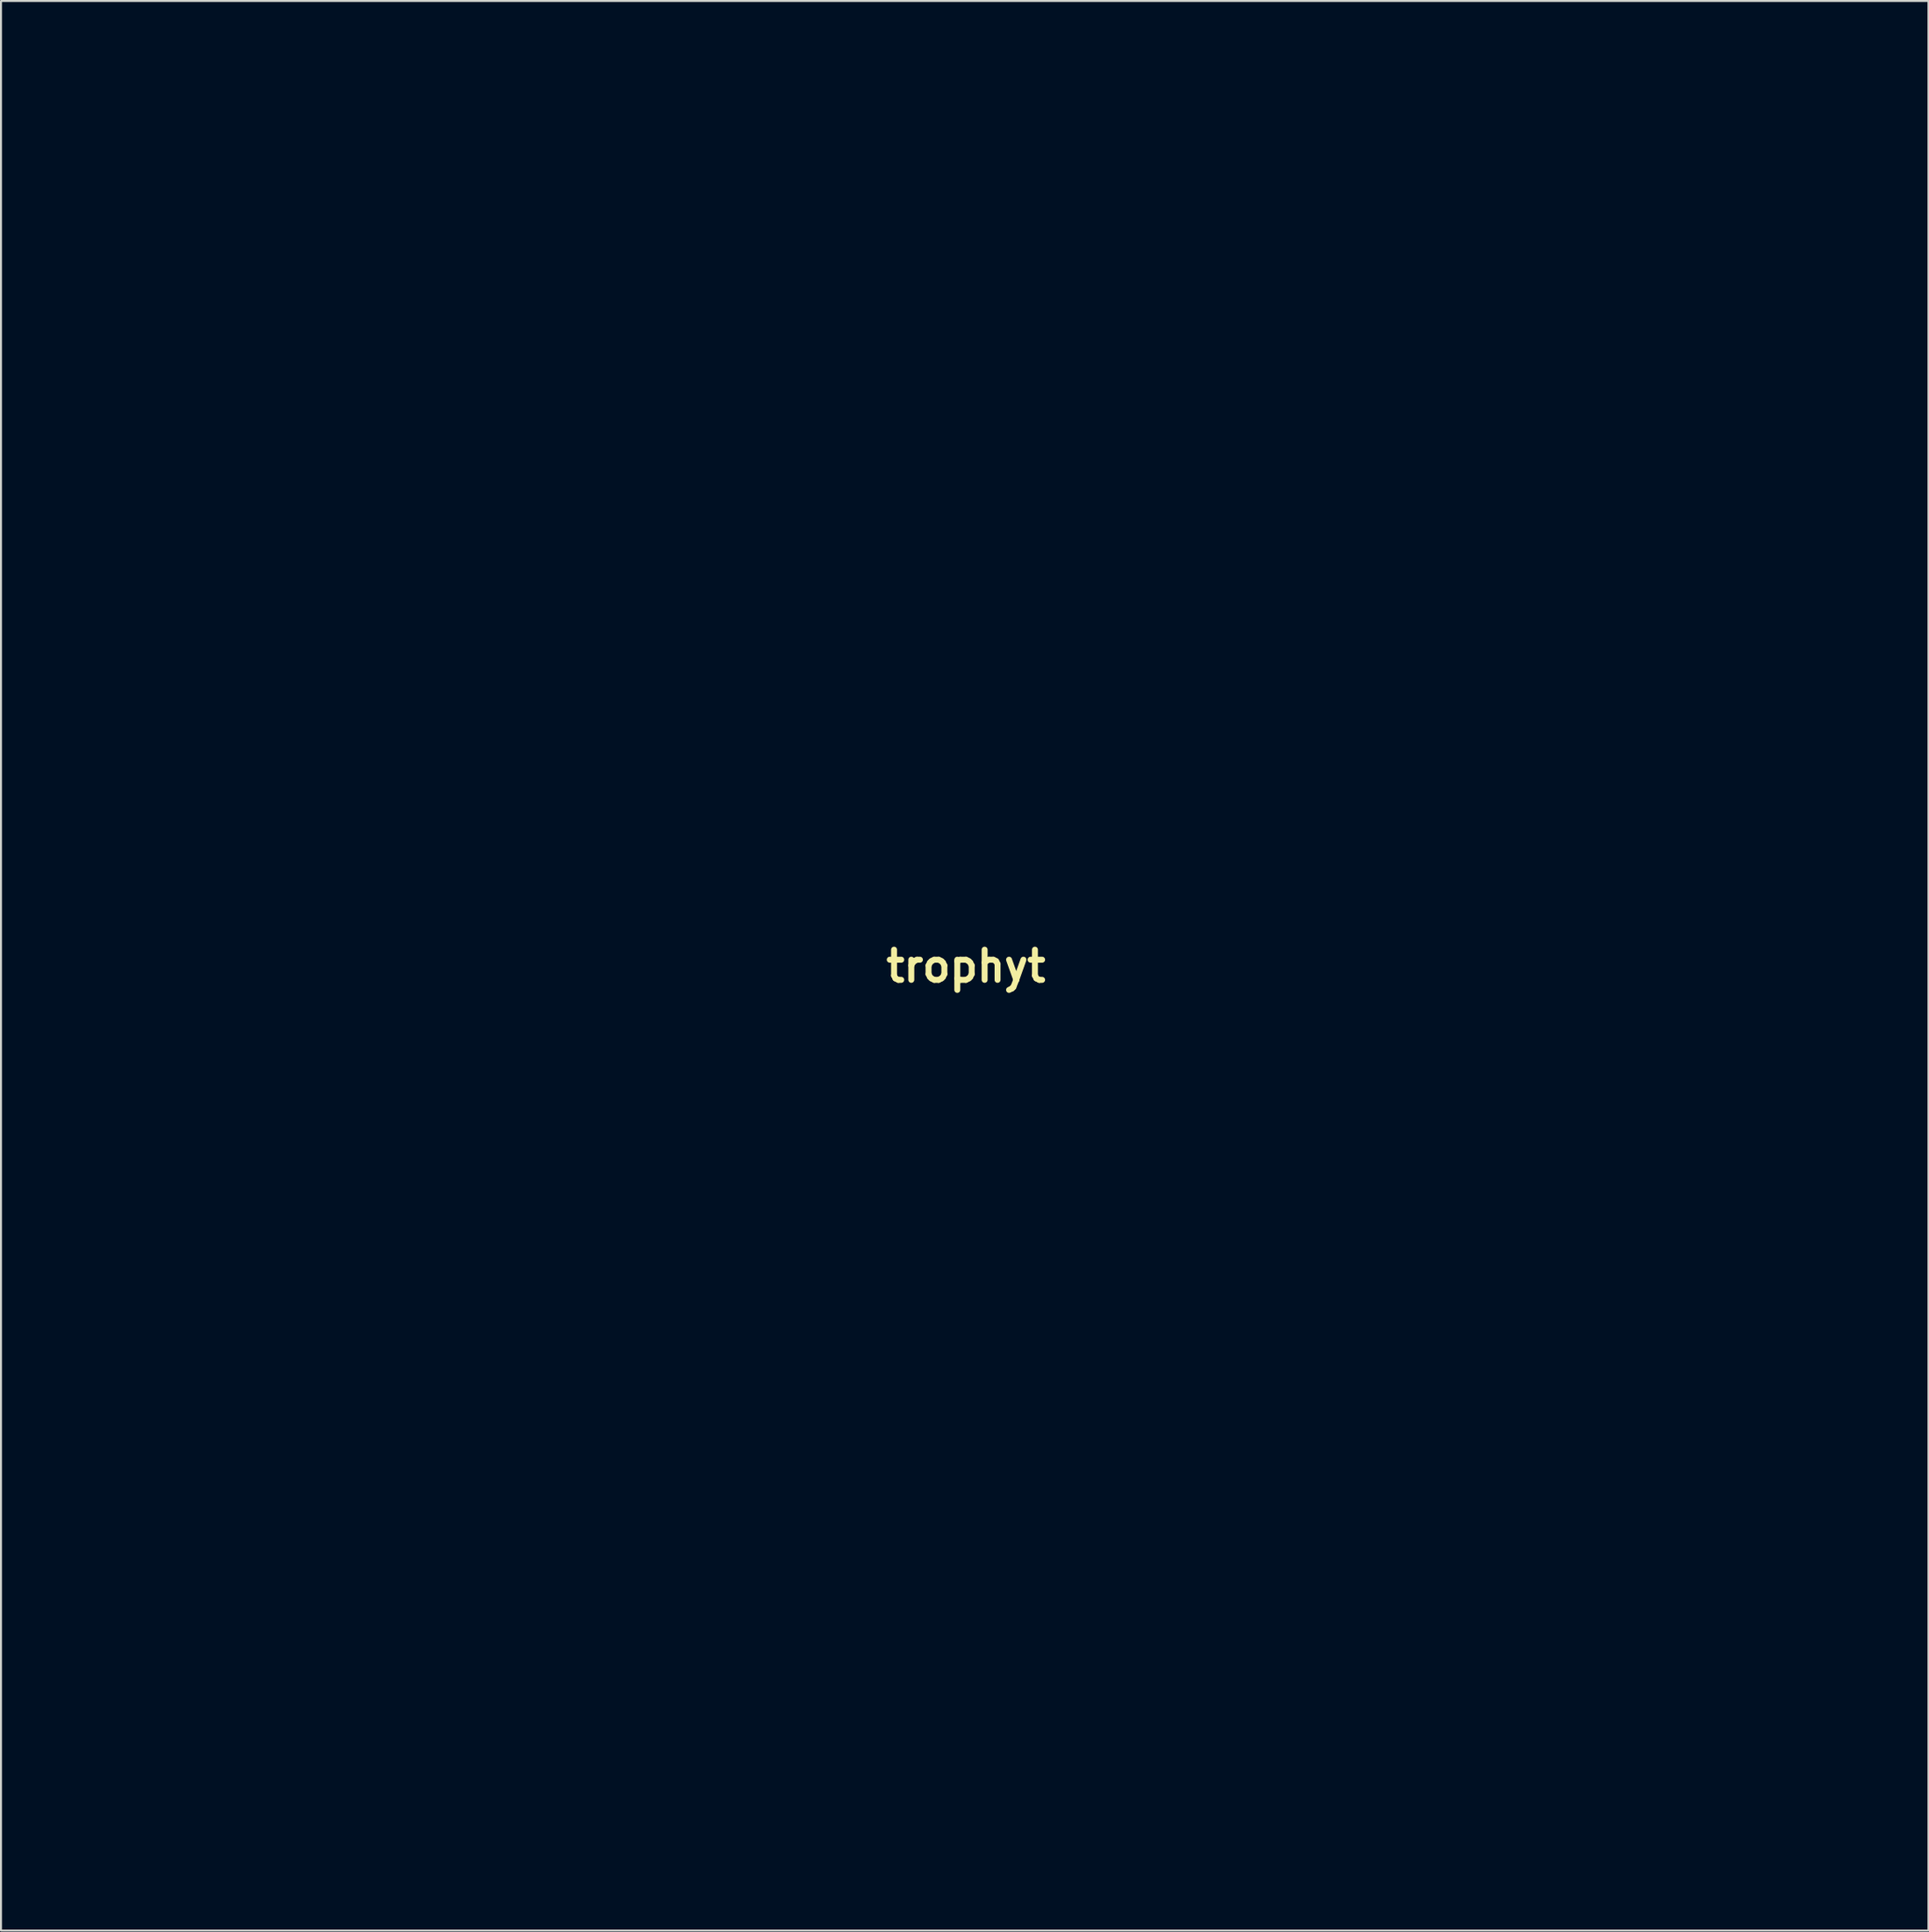
<source format=kicad_pcb>
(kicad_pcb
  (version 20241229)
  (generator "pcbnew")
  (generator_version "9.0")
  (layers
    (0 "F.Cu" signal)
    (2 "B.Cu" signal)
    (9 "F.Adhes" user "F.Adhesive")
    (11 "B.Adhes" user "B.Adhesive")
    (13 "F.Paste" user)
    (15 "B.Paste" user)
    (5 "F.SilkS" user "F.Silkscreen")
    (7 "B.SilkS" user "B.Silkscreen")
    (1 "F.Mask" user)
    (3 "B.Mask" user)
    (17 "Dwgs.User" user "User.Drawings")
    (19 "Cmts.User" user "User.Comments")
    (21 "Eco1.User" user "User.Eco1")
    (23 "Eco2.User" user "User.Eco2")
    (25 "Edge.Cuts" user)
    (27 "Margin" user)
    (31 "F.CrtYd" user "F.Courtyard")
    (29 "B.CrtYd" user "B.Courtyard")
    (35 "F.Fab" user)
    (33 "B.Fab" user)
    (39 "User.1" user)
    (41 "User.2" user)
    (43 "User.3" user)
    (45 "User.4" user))
  (footprint "trophyt"
    (layer "F.Cu")
    (at 45.714 45.714)
    (property "Reference" "trophyt" (at 0 0 0) (layer "F.SilkS") (effects (font (size 1.524 1.524) (thickness 0.3))))
    (attr through_hole)
    (fp_poly (pts (xy -10.106 31.532) (xy -9.986 31.665) (xy -9.919 31.752) (xy -9.877 31.834) (xy -9.862 31.936) (xy -9.881 32.083) (xy -9.937 32.298) (xy -10.035 32.606) (xy -10.18 33.032) (xy -10.322 33.443) (xy -10.479 33.911) (xy -10.624 34.359) (xy -10.742 34.746) (xy -10.821 35.032) (xy -10.838 35.104) (xy -10.967 35.481) (xy -11.159 35.752) (xy -11.392 35.901) (xy -11.642 35.913) (xy -11.847 35.806) (xy -11.964 35.697) (xy -12.011 35.589) (xy -11.997 35.424) (xy -11.944 35.196) (xy -11.821 34.744) (xy -11.662 34.224) (xy -11.48 33.68) (xy -11.291 33.154) (xy -11.11 32.689) (xy -10.951 32.326) (xy -10.897 32.218) (xy -10.711 31.919) (xy -10.517 31.686) (xy -10.39 31.583) (xy -10.217 31.504) (xy -10.106 31.532)) (stroke (width 0.01) (type solid)) (fill yes) (layer "F.Mask"))
    (fp_poly (pts (xy -5.742 33.113) (xy -5.545 33.19) (xy -5.423 33.378) (xy -5.444 33.595) (xy -5.593 33.812) (xy -5.852 34.004) (xy -6.118 34.117) (xy -6.421 34.275) (xy -6.577 34.514) (xy -6.604 34.706) (xy -6.579 34.818) (xy -6.482 34.892) (xy -6.276 34.949) (xy -6.054 34.986) (xy -5.915 35.071) (xy -5.885 35.233) (xy -5.96 35.426) (xy -6.108 35.582) (xy -6.4 35.729) (xy -6.768 35.821) (xy -7.121 35.838) (xy -7.173 35.832) (xy -7.346 35.75) (xy -7.541 35.585) (xy -7.584 35.537) (xy -7.713 35.36) (xy -7.773 35.186) (xy -7.782 34.947) (xy -7.772 34.789) (xy -7.652 34.249) (xy -7.376 33.774) (xy -6.98 33.391) (xy -6.715 33.248) (xy -6.383 33.148) (xy -6.04 33.101) (xy -5.742 33.113)) (stroke (width 0.01) (type solid)) (fill yes) (layer "F.Mask"))
    (fp_poly (pts (xy 4.144 31.53) (xy 4.299 31.709) (xy 4.324 31.763) (xy 4.374 31.915) (xy 4.381 32.065) (xy 4.339 32.263) (xy 4.24 32.554) (xy 4.197 32.674) (xy 4.082 33.001) (xy 3.937 33.438) (xy 3.779 33.931) (xy 3.627 34.425) (xy 3.605 34.498) (xy 3.46 34.97) (xy 3.348 35.306) (xy 3.254 35.535) (xy 3.167 35.683) (xy 3.074 35.78) (xy 3.001 35.831) (xy 2.772 35.951) (xy 2.618 35.964) (xy 2.479 35.864) (xy 2.418 35.797) (xy 2.333 35.678) (xy 2.3 35.548) (xy 2.315 35.354) (xy 2.363 35.099) (xy 2.488 34.574) (xy 2.656 34.009) (xy 2.854 33.436) (xy 3.068 32.888) (xy 3.285 32.397) (xy 3.493 31.996) (xy 3.679 31.717) (xy 3.728 31.663) (xy 3.95 31.514) (xy 4.144 31.53)) (stroke (width 0.01) (type solid)) (fill yes) (layer "F.Mask"))
    (fp_poly (pts (xy 10.944 33.021) (xy 10.974 33.062) (xy 11.085 33.328) (xy 11.04 33.579) (xy 10.851 33.788) (xy 10.596 33.907) (xy 10.435 34.03) (xy 10.268 34.277) (xy 10.113 34.608) (xy 9.994 34.98) (xy 9.949 35.2) (xy 9.827 35.555) (xy 9.676 35.729) (xy 9.421 35.86) (xy 9.154 35.893) (xy 8.937 35.823) (xy 8.907 35.797) (xy 8.833 35.677) (xy 8.814 35.501) (xy 8.854 35.24) (xy 8.955 34.87) (xy 9.059 34.544) (xy 9.17 34.2) (xy 9.256 33.909) (xy 9.306 33.715) (xy 9.313 33.665) (xy 9.362 33.525) (xy 9.482 33.337) (xy 9.495 33.32) (xy 9.664 33.157) (xy 9.853 33.118) (xy 9.933 33.127) (xy 10.18 33.119) (xy 10.465 33.054) (xy 10.523 33.033) (xy 10.739 32.956) (xy 10.859 32.951) (xy 10.944 33.021)) (stroke (width 0.01) (type solid)) (fill yes) (layer "F.Mask"))
    (fp_poly (pts (xy 1.617 33.131) (xy 1.947 33.243) (xy 2.194 33.449) (xy 2.246 33.533) (xy 2.355 33.911) (xy 2.348 34.353) (xy 2.236 34.811) (xy 2.029 35.236) (xy 1.823 35.498) (xy 1.451 35.764) (xy 1.001 35.887) (xy 0.49 35.862) (xy 0.381 35.838) (xy 0.115 35.7) (xy -0.106 35.457) (xy -0.214 35.212) (xy -0.22 35.088) (xy 0.677 35.088) (xy 0.734 35.2) (xy 0.87 35.213) (xy 1.033 35.137) (xy 1.148 35.015) (xy 1.239 34.794) (xy 1.255 34.612) (xy 1.231 34.499) (xy 1.182 34.482) (xy 1.072 34.569) (xy 0.952 34.686) (xy 0.785 34.877) (xy 0.688 35.042) (xy 0.677 35.088) (xy -0.22 35.088) (xy -0.229 34.923) (xy -0.175 34.578) (xy -0.068 34.215) (xy 0.076 33.874) (xy 0.241 33.592) (xy 0.412 33.408) (xy 0.541 33.359) (xy 0.695 33.322) (xy 0.9 33.232) (xy 1.251 33.123) (xy 1.617 33.131)) (stroke (width 0.01) (type solid)) (fill yes) (layer "F.Mask"))
    (fp_poly (pts (xy -8.525 33.16) (xy -8.238 33.295) (xy -7.995 33.472) (xy -7.907 33.573) (xy -7.85 33.691) (xy -7.824 33.847) (xy -7.829 34.081) (xy -7.862 34.431) (xy -7.876 34.555) (xy -7.936 35.023) (xy -7.995 35.348) (xy -8.064 35.555) (xy -8.154 35.671) (xy -8.279 35.72) (xy -8.418 35.729) (xy -8.628 35.709) (xy -8.753 35.658) (xy -8.759 35.65) (xy -8.862 35.628) (xy -9.04 35.692) (xy -9.333 35.781) (xy -9.694 35.804) (xy -10.035 35.761) (xy -10.133 35.729) (xy -10.354 35.557) (xy -10.475 35.284) (xy -10.5 34.941) (xy -10.499 34.936) (xy -9.639 34.936) (xy -9.573 35.032) (xy -9.455 35.052) (xy -9.284 35.006) (xy -9.173 34.84) (xy -9.152 34.784) (xy -9.094 34.56) (xy -9.13 34.474) (xy -9.267 34.524) (xy -9.378 34.601) (xy -9.572 34.785) (xy -9.639 34.936) (xy -10.499 34.936) (xy -10.431 34.562) (xy -10.27 34.179) (xy -10.021 33.826) (xy -9.969 33.77) (xy -9.671 33.513) (xy -9.332 33.297) (xy -9.005 33.152) (xy -8.776 33.107) (xy -8.525 33.16)) (stroke (width 0.01) (type solid)) (fill yes) (layer "F.Mask"))
    (fp_poly (pts (xy 12.945 33.054) (xy 13.153 33.198) (xy 13.161 33.208) (xy 13.259 33.37) (xy 13.293 33.462) (xy 13.223 33.601) (xy 13.055 33.745) (xy 12.855 33.846) (xy 12.742 33.867) (xy 12.568 33.904) (xy 12.547 33.996) (xy 12.686 34.113) (xy 12.689 34.115) (xy 12.874 34.292) (xy 13.018 34.57) (xy 13.093 34.879) (xy 13.088 35.088) (xy 12.966 35.368) (xy 12.731 35.646) (xy 12.431 35.866) (xy 12.404 35.88) (xy 12.059 35.989) (xy 11.647 36.024) (xy 11.255 35.98) (xy 11.142 35.946) (xy 10.917 35.844) (xy 10.763 35.739) (xy 10.741 35.714) (xy 10.671 35.503) (xy 10.718 35.326) (xy 10.831 35.247) (xy 10.99 35.157) (xy 11.04 35.086) (xy 11.159 35.002) (xy 11.435 34.968) (xy 11.507 34.967) (xy 11.811 34.95) (xy 11.952 34.897) (xy 11.928 34.812) (xy 11.739 34.694) (xy 11.721 34.685) (xy 11.445 34.482) (xy 11.307 34.221) (xy 11.299 33.932) (xy 11.413 33.643) (xy 11.64 33.383) (xy 11.972 33.179) (xy 12.173 33.108) (xy 12.62 33.024) (xy 12.945 33.054)) (stroke (width 0.01) (type solid)) (fill yes) (layer "F.Mask"))
    (fp_poly (pts (xy -12.321 31.636) (xy -12.014 31.811) (xy -11.901 31.929) (xy -11.78 32.098) (xy -11.714 32.28) (xy -11.687 32.534) (xy -11.684 32.757) (xy -11.738 33.361) (xy -11.893 33.878) (xy -12.136 34.293) (xy -12.454 34.59) (xy -12.836 34.753) (xy -13.258 34.768) (xy -13.617 34.718) (xy -13.677 35.076) (xy -13.774 35.465) (xy -13.915 35.759) (xy -14.081 35.922) (xy -14.101 35.931) (xy -14.38 35.984) (xy -14.669 35.958) (xy -14.893 35.862) (xy -14.931 35.828) (xy -15.015 35.713) (xy -15.055 35.578) (xy -15.047 35.394) (xy -14.987 35.13) (xy -14.873 34.756) (xy -14.781 34.478) (xy -14.588 33.947) (xy -13.338 33.947) (xy -13.332 34.004) (xy -13.238 33.967) (xy -13.204 33.949) (xy -13.05 33.807) (xy -12.915 33.589) (xy -12.904 33.566) (xy -12.823 33.301) (xy -12.788 33.054) (xy -12.788 33.044) (xy -12.796 32.91) (xy -12.826 32.896) (xy -12.9 33.014) (xy -12.971 33.147) (xy -13.114 33.432) (xy -13.243 33.711) (xy -13.266 33.765) (xy -13.338 33.947) (xy -14.588 33.947) (xy -14.495 33.692) (xy -14.217 33.058) (xy -13.935 32.559) (xy -13.64 32.179) (xy -13.32 31.9) (xy -13.086 31.762) (xy -12.676 31.62) (xy -12.321 31.636)) (stroke (width 0.01) (type solid)) (fill yes) (layer "F.Mask"))
    (fp_poly (pts (xy -3.635 33.134) (xy -3.4 33.272) (xy -3.254 33.511) (xy -3.217 33.761) (xy -3.287 34.176) (xy -3.476 34.536) (xy -3.76 34.792) (xy -3.81 34.819) (xy -3.979 34.914) (xy -4 34.959) (xy -3.931 34.967) (xy -3.764 35.021) (xy -3.591 35.149) (xy -3.459 35.305) (xy -3.416 35.442) (xy -3.425 35.47) (xy -3.598 35.617) (xy -3.887 35.738) (xy -4.241 35.823) (xy -4.607 35.859) (xy -4.935 35.837) (xy -5.026 35.814) (xy -5.368 35.637) (xy -5.575 35.369) (xy -5.627 35.115) (xy -4.554 35.115) (xy -4.492 35.124) (xy -4.335 35.076) (xy -4.276 35.052) (xy -4.18 34.994) (xy -4.233 34.975) (xy -4.414 35.015) (xy -4.487 35.052) (xy -4.554 35.115) (xy -5.627 35.115) (xy -5.646 35.021) (xy -5.58 34.607) (xy -5.5 34.424) (xy -4.557 34.424) (xy -4.531 34.457) (xy -4.493 34.447) (xy -4.361 34.351) (xy -4.242 34.208) (xy -4.164 34.071) (xy -4.19 34.038) (xy -4.228 34.048) (xy -4.36 34.144) (xy -4.478 34.287) (xy -4.557 34.424) (xy -5.5 34.424) (xy -5.375 34.138) (xy -5.227 33.898) (xy -4.939 33.557) (xy -4.609 33.308) (xy -4.265 33.153) (xy -3.932 33.095) (xy -3.635 33.134)) (stroke (width 0.01) (type solid)) (fill yes) (layer "F.Mask"))
    (fp_poly (pts (xy -1.293 31.574) (xy -1.27 31.58) (xy -1.155 31.627) (xy -1.091 31.716) (xy -1.081 31.866) (xy -1.128 32.103) (xy -1.234 32.448) (xy -1.401 32.924) (xy -1.426 32.994) (xy -1.771 33.942) (xy -1.467 33.735) (xy -1.212 33.583) (xy -1.014 33.538) (xy -0.804 33.594) (xy -0.679 33.654) (xy -0.464 33.819) (xy -0.366 34.052) (xy -0.374 34.384) (xy -0.39 34.484) (xy -0.43 34.787) (xy -0.456 35.146) (xy -0.461 35.306) (xy -0.469 35.574) (xy -0.502 35.716) (xy -0.579 35.777) (xy -0.699 35.799) (xy -0.96 35.751) (xy -1.196 35.577) (xy -1.368 35.317) (xy -1.439 35.015) (xy -1.439 35) (xy -1.439 34.682) (xy -1.696 34.928) (xy -1.873 35.132) (xy -1.989 35.33) (xy -2.003 35.37) (xy -2.126 35.562) (xy -2.358 35.72) (xy -2.635 35.807) (xy -2.729 35.814) (xy -2.947 35.765) (xy -3.124 35.675) (xy -3.25 35.559) (xy -3.291 35.41) (xy -3.274 35.186) (xy -3.206 34.863) (xy -3.081 34.431) (xy -2.917 33.937) (xy -2.729 33.426) (xy -2.532 32.942) (xy -2.343 32.531) (xy -2.323 32.492) (xy -2.169 32.189) (xy -2.04 31.934) (xy -1.96 31.774) (xy -1.95 31.754) (xy -1.807 31.627) (xy -1.566 31.561) (xy -1.293 31.574)) (stroke (width 0.01) (type solid)) (fill yes) (layer "F.Mask"))
    (fp_poly (pts (xy 6.746 31.665) (xy 6.94 31.882) (xy 6.984 31.973) (xy 7.026 32.08) (xy 7.052 32.181) (xy 7.054 32.298) (xy 7.029 32.452) (xy 6.969 32.665) (xy 6.87 32.957) (xy 6.725 33.35) (xy 6.529 33.864) (xy 6.359 34.306) (xy 6.22 34.682) (xy 6.107 35.011) (xy 6.033 35.256) (xy 6.011 35.369) (xy 5.937 35.599) (xy 5.749 35.778) (xy 5.503 35.875) (xy 5.254 35.863) (xy 5.165 35.819) (xy 4.999 35.775) (xy 4.764 35.779) (xy 4.737 35.782) (xy 4.385 35.775) (xy 4.128 35.702) (xy 3.877 35.539) (xy 3.756 35.306) (xy 3.763 34.989) (xy 3.781 34.934) (xy 4.828 34.934) (xy 4.841 35.082) (xy 4.902 35.137) (xy 4.979 35.065) (xy 5.064 34.891) (xy 5.072 34.869) (xy 5.13 34.642) (xy 5.098 34.554) (xy 4.978 34.609) (xy 4.955 34.627) (xy 4.869 34.759) (xy 4.828 34.934) (xy 3.781 34.934) (xy 3.896 34.575) (xy 3.963 34.425) (xy 4.245 33.953) (xy 4.573 33.634) (xy 4.942 33.473) (xy 5.221 33.457) (xy 5.438 33.46) (xy 5.54 33.407) (xy 5.57 33.316) (xy 5.639 33.013) (xy 5.752 32.663) (xy 5.889 32.31) (xy 6.032 31.998) (xy 6.163 31.773) (xy 6.24 31.688) (xy 6.504 31.597) (xy 6.746 31.665)) (stroke (width 0.01) (type solid)) (fill yes) (layer "F.Mask"))
    (fp_poly (pts (xy 8.53 33.172) (xy 8.748 33.36) (xy 8.859 33.642) (xy 8.852 33.996) (xy 8.719 34.398) (xy 8.709 34.42) (xy 8.556 34.617) (xy 8.332 34.792) (xy 8.299 34.811) (xy 8.129 34.91) (xy 8.105 34.958) (xy 8.18 34.967) (xy 8.391 35.04) (xy 8.565 35.214) (xy 8.636 35.423) (xy 8.558 35.567) (xy 8.352 35.69) (xy 8.058 35.782) (xy 7.717 35.836) (xy 7.368 35.842) (xy 7.053 35.792) (xy 6.985 35.77) (xy 6.775 35.695) (xy 6.65 35.65) (xy 6.635 35.646) (xy 6.6 35.576) (xy 6.527 35.408) (xy 6.519 35.39) (xy 6.469 35.115) (xy 7.554 35.115) (xy 7.615 35.124) (xy 7.773 35.076) (xy 7.832 35.052) (xy 7.927 34.994) (xy 7.874 34.975) (xy 7.693 35.015) (xy 7.62 35.052) (xy 7.554 35.115) (xy 6.469 35.115) (xy 6.453 35.028) (xy 6.512 34.608) (xy 6.581 34.429) (xy 7.541 34.429) (xy 7.603 34.459) (xy 7.715 34.406) (xy 7.772 34.358) (xy 7.863 34.199) (xy 7.874 34.133) (xy 7.849 34.065) (xy 7.755 34.119) (xy 7.705 34.163) (xy 7.568 34.32) (xy 7.541 34.429) (xy 6.581 34.429) (xy 6.681 34.17) (xy 6.947 33.754) (xy 7.168 33.512) (xy 7.559 33.239) (xy 8.009 33.115) (xy 8.212 33.105) (xy 8.53 33.172)) (stroke (width 0.01) (type solid)) (fill yes) (layer "F.Mask"))
    (fp_poly (pts (xy 0.879 -45.696) (xy 1.942 -45.668) (xy 2.968 -45.625) (xy 3.915 -45.568) (xy 4.744 -45.497) (xy 4.953 -45.475) (xy 7.19 -45.172) (xy 9.334 -44.781) (xy 11.441 -44.288) (xy 13.57 -43.681) (xy 14.266 -43.46) (xy 16.782 -42.555) (xy 19.243 -41.494) (xy 21.643 -40.281) (xy 23.973 -38.924) (xy 26.225 -37.428) (xy 28.392 -35.799) (xy 30.466 -34.043) (xy 32.438 -32.167) (xy 34.3 -30.176) (xy 36.046 -28.077) (xy 37.666 -25.875) (xy 38.076 -25.273) (xy 39.488 -23.007) (xy 40.768 -20.644) (xy 41.91 -18.197) (xy 42.909 -15.683) (xy 43.759 -13.114) (xy 44.454 -10.507) (xy 44.99 -7.874) (xy 45.247 -6.181) (xy 45.335 -5.492) (xy 45.407 -4.884) (xy 45.465 -4.326) (xy 45.509 -3.79) (xy 45.541 -3.247) (xy 45.564 -2.667) (xy 45.578 -2.022) (xy 45.586 -1.281) (xy 45.588 -0.417) (xy 45.588 0.127) (xy 45.582 1.213) (xy 45.568 2.162) (xy 45.544 3.004) (xy 45.505 3.772) (xy 45.451 4.496) (xy 45.379 5.208) (xy 45.286 5.94) (xy 45.171 6.723) (xy 45.029 7.588) (xy 45.006 7.724) (xy 44.468 10.391) (xy 43.766 13.031) (xy 42.905 15.63) (xy 41.89 18.175) (xy 40.727 20.654) (xy 39.42 23.055) (xy 38.322 24.836) (xy 36.791 27.042) (xy 35.125 29.158) (xy 33.333 31.176) (xy 31.425 33.089) (xy 29.409 34.89) (xy 27.295 36.571) (xy 25.092 38.126) (xy 22.81 39.546) (xy 20.457 40.824) (xy 18.043 41.954) (xy 15.577 42.927) (xy 15.409 42.987) (xy 13.059 43.749) (xy 10.67 44.389) (xy 8.27 44.9) (xy 5.885 45.278) (xy 3.541 45.518) (xy 2.085 45.596) (xy 1.587 45.613) (xy 1.103 45.63) (xy 0.681 45.645) (xy 0.366 45.657) (xy 0.296 45.659) (xy -0.028 45.666) (xy -0.447 45.668) (xy -0.884 45.663) (xy -1.016 45.66) (xy -3.748 45.516) (xy -6.432 45.219) (xy -9.089 44.764) (xy -11.739 44.15) (xy -13.828 43.553) (xy -16.172 42.748) (xy -18.509 41.788) (xy -20.816 40.684) (xy -23.069 39.449) (xy -25.243 38.097) (xy -27.315 36.638) (xy -27.94 36.161) (xy -30.108 34.369) (xy -32.149 32.47) (xy -34.06 30.468) (xy -35.838 28.37) (xy -37.479 26.18) (xy -38.981 23.904) (xy -40.341 21.547) (xy -41.556 19.114) (xy -42.622 16.61) (xy -43.538 14.041) (xy -44.298 11.412) (xy -44.902 8.728) (xy -45.345 5.994) (xy -45.376 5.757) (xy -45.502 4.664) (xy -45.597 3.62) (xy -45.661 2.583) (xy -45.698 1.51) (xy -45.709 0.358) (xy -45.703 -0.154) (xy -42.887 -0.154) (xy -42.887 0.744) (xy -42.879 1.61) (xy -42.863 2.415) (xy -42.838 3.131) (xy -42.805 3.729) (xy -42.772 4.106) (xy -42.446 6.564) (xy -42.021 8.904) (xy -41.488 11.15) (xy -40.843 13.326) (xy -40.076 15.456) (xy -39.183 17.563) (xy -38.477 19.04) (xy -37.489 20.918) (xy -36.46 22.681) (xy -35.368 24.354) (xy -34.195 25.964) (xy -32.922 27.536) (xy -31.529 29.097) (xy -29.998 30.672) (xy -29.607 31.055) (xy -28.147 32.396) (xy -26.553 33.713) (xy -24.86 34.979) (xy -23.103 36.169) (xy -21.318 37.257) (xy -20.879 37.506) (xy -18.649 38.66) (xy -16.333 39.686) (xy -13.953 40.577) (xy -11.527 41.327) (xy -9.077 41.93) (xy -6.622 42.38) (xy -4.233 42.666) (xy -3.803 42.704) (xy -3.412 42.74) (xy -3.104 42.769) (xy -2.921 42.787) (xy -2.921 42.787) (xy -2.773 42.795) (xy -2.48 42.803) (xy -2.065 42.81) (xy -1.551 42.817) (xy -0.964 42.823) (xy -0.326 42.828) (xy -0.164 42.829) (xy 0.763 42.829) (xy 1.561 42.82) (xy 2.273 42.8) (xy 2.939 42.767) (xy 3.6 42.719) (xy 4.112 42.674) (xy 6.779 42.338) (xy 9.403 41.839) (xy 11.981 41.18) (xy 14.506 40.361) (xy 16.973 39.384) (xy 19.366 38.257) (xy 21.496 37.098) (xy 23.516 35.849) (xy 25.473 34.481) (xy 25.696 34.314) (xy 27.46 32.91) (xy 29.176 31.383) (xy 30.828 29.754) (xy 32.398 28.042) (xy 33.869 26.268) (xy 35.223 24.452) (xy 36.443 22.613) (xy 37.481 20.828) (xy 37.694 20.434) (xy 37.927 20.003) (xy 38.13 19.627) (xy 38.135 19.617) (xy 38.692 18.519) (xy 39.25 17.288) (xy 39.797 15.961) (xy 40.318 14.574) (xy 40.799 13.163) (xy 41.228 11.764) (xy 41.568 10.507) (xy 41.949 8.878) (xy 42.256 7.321) (xy 42.492 5.797) (xy 42.662 4.267) (xy 42.771 2.694) (xy 42.821 1.039) (xy 42.819 -0.737) (xy 42.816 -0.902) (xy 42.788 -2.061) (xy 42.746 -3.091) (xy 42.686 -4.03) (xy 42.606 -4.918) (xy 42.5 -5.794) (xy 42.367 -6.697) (xy 42.247 -7.408) (xy 41.699 -10.058) (xy 40.993 -12.652) (xy 40.129 -15.185) (xy 39.111 -17.652) (xy 37.941 -20.049) (xy 36.621 -22.371) (xy 35.153 -24.612) (xy 33.541 -26.767) (xy 32.353 -28.194) (xy 31.455 -29.183) (xy 30.449 -30.215) (xy 29.37 -31.256) (xy 28.254 -32.275) (xy 27.136 -33.239) (xy 26.051 -34.116) (xy 25.358 -34.64) (xy 23.114 -36.18) (xy 20.8 -37.565) (xy 18.418 -38.796) (xy 15.973 -39.871) (xy 13.466 -40.788) (xy 10.9 -41.547) (xy 8.279 -42.147) (xy 5.604 -42.587) (xy 3.703 -42.798) (xy 2.048 -42.904) (xy 0.287 -42.938) (xy -1.535 -42.902) (xy -3.372 -42.799) (xy -5.179 -42.631) (xy -6.909 -42.4) (xy -8.086 -42.196) (xy -10.745 -41.599) (xy -13.334 -40.848) (xy -15.852 -39.943) (xy -18.299 -38.884) (xy -20.676 -37.672) (xy -22.983 -36.305) (xy -25.219 -34.785) (xy -26.585 -33.752) (xy -28.085 -32.511) (xy -29.57 -31.157) (xy -31.013 -29.722) (xy -32.383 -28.237) (xy -33.651 -26.732) (xy -34.787 -25.238) (xy -34.852 -25.146) (xy -36.359 -22.901) (xy -37.704 -20.624) (xy -38.89 -18.306) (xy -39.922 -15.937) (xy -40.804 -13.508) (xy -41.538 -11.008) (xy -42.128 -8.43) (xy -42.579 -5.762) (xy -42.727 -4.614) (xy -42.772 -4.124) (xy -42.81 -3.494) (xy -42.841 -2.753) (xy -42.864 -1.931) (xy -42.879 -1.055) (xy -42.887 -0.154) (xy -45.703 -0.154) (xy -45.696 -0.917) (xy -45.694 -1.016) (xy -45.655 -2.409) (xy -45.591 -3.676) (xy -45.497 -4.861) (xy -45.37 -6.005) (xy -45.204 -7.153) (xy -44.996 -8.345) (xy -44.872 -8.983) (xy -44.246 -11.691) (xy -43.463 -14.338) (xy -42.527 -16.919) (xy -41.44 -19.43) (xy -40.207 -21.866) (xy -38.829 -24.222) (xy -37.311 -26.492) (xy -35.655 -28.673) (xy -33.865 -30.759) (xy -31.943 -32.745) (xy -29.894 -34.626) (xy -27.719 -36.398) (xy -26.204 -37.515) (xy -23.935 -39.017) (xy -21.583 -40.373) (xy -19.152 -41.582) (xy -16.648 -42.64) (xy -14.076 -43.547) (xy -11.441 -44.301) (xy -8.748 -44.9) (xy -6.003 -45.341) (xy -3.21 -45.624) (xy -2.963 -45.642) (xy -2.144 -45.682) (xy -1.204 -45.704) (xy -0.184 -45.709) (xy 0.879 -45.696)) (stroke (width 0.01) (type solid)) (fill yes) (layer "F.Mask"))
    (fp_poly (pts (xy 8.467 -30.311) (xy 13.11 -30.311) (xy 13.18 -29.739) (xy 13.249 -28.751) (xy 13.229 -27.706) (xy 13.123 -26.661) (xy 12.938 -25.674) (xy 12.769 -25.061) (xy 12.379 -24.093) (xy 11.869 -23.21) (xy 11.251 -22.429) (xy 10.539 -21.763) (xy 9.748 -21.228) (xy 8.89 -20.837) (xy 8.763 -20.794) (xy 8.564 -20.723) (xy 8.419 -20.642) (xy 8.297 -20.517) (xy 8.167 -20.313) (xy 7.997 -19.999) (xy 7.959 -19.925) (xy 7.474 -19.077) (xy 6.932 -18.301) (xy 6.292 -17.541) (xy 5.982 -17.211) (xy 5.056 -16.355) (xy 4.07 -15.644) (xy 3.039 -15.085) (xy 2.271 -14.781) (xy 1.651 -14.572) (xy 1.629 -11.773) (xy 1.606 -8.975) (xy 4.811 -8.975) (xy 5.202 -8.297) (xy 5.593 -7.62) (xy 6.395 -7.62) (xy 7.197 -7.62) (xy 7.197 -1.101) (xy 8.382 -1.101) (xy 8.382 0) (xy 11.345 0) (xy 11.345 11.261) (xy 26.416 11.261) (xy 26.416 26.331) (xy 0.04 26.331) (xy -2.554 26.331) (xy -4.983 26.331) (xy -7.252 26.33) (xy -9.365 26.329) (xy -11.329 26.328) (xy -13.147 26.326) (xy -14.824 26.325) (xy -16.365 26.322) (xy -17.774 26.32) (xy -19.057 26.317) (xy -20.218 26.313) (xy -21.261 26.309) (xy -22.193 26.305) (xy -23.016 26.3) (xy -23.737 26.295) (xy -24.36 26.289) (xy -24.889 26.282) (xy -25.329 26.275) (xy -25.685 26.268) (xy -25.962 26.26) (xy -26.165 26.251) (xy -26.298 26.241) (xy -26.366 26.231) (xy -26.377 26.226) (xy -26.383 26.127) (xy -26.388 25.871) (xy -26.392 25.471) (xy -26.396 24.938) (xy -26.398 24.286) (xy -26.4 23.526) (xy -26.401 22.67) (xy -26.401 21.732) (xy -26.4 20.723) (xy -26.398 19.656) (xy -26.396 18.711) (xy -26.39 16.806) (xy -19.303 16.806) (xy -18.414 17.796) (xy -17.962 17.492) (xy -17.56 17.274) (xy -17.204 17.183) (xy -16.914 17.213) (xy -16.707 17.362) (xy -16.603 17.626) (xy -16.595 17.752) (xy -16.607 17.908) (xy -16.652 18.065) (xy -16.743 18.241) (xy -16.895 18.453) (xy -17.121 18.719) (xy -17.435 19.059) (xy -17.851 19.49) (xy -18.09 19.734) (xy -19.219 20.884) (xy -19.219 22.013) (xy -14.817 22.013) (xy -14.817 21.105) (xy 14.817 21.105) (xy 14.82 21.429) (xy 14.838 21.626) (xy 14.886 21.737) (xy 14.978 21.803) (xy 15.067 21.843) (xy 15.493 21.965) (xy 16.024 22.036) (xy 16.603 22.057) (xy 17.173 22.026) (xy 17.676 21.941) (xy 17.873 21.883) (xy 18.362 21.638) (xy 18.744 21.299) (xy 19.004 20.891) (xy 19.13 20.439) (xy 19.108 19.969) (xy 19.044 19.754) (xy 18.901 19.478) (xy 18.685 19.256) (xy 18.369 19.068) (xy 17.924 18.896) (xy 17.7 18.825) (xy 17.698 18.774) (xy 17.829 18.68) (xy 18.003 18.591) (xy 18.437 18.323) (xy 18.733 17.976) (xy 18.892 17.607) (xy 18.951 17.15) (xy 18.849 16.732) (xy 18.592 16.368) (xy 18.187 16.07) (xy 18.174 16.063) (xy 17.992 15.978) (xy 17.802 15.923) (xy 17.56 15.892) (xy 17.225 15.88) (xy 16.891 15.88) (xy 16.424 15.889) (xy 16.075 15.917) (xy 15.793 15.97) (xy 15.529 16.055) (xy 15.481 16.074) (xy 15.21 16.191) (xy 15.002 16.301) (xy 14.916 16.365) (xy 14.908 16.492) (xy 14.983 16.697) (xy 15.113 16.937) (xy 15.271 17.167) (xy 15.426 17.34) (xy 15.552 17.413) (xy 15.574 17.41) (xy 15.73 17.357) (xy 15.971 17.27) (xy 16.087 17.228) (xy 16.451 17.141) (xy 16.815 17.135) (xy 17.117 17.206) (xy 17.233 17.275) (xy 17.327 17.443) (xy 17.353 17.681) (xy 17.303 17.899) (xy 17.289 17.925) (xy 17.127 18.059) (xy 16.849 18.175) (xy 16.511 18.258) (xy 16.174 18.288) (xy 15.748 18.288) (xy 15.748 19.473) (xy 16.15 19.474) (xy 16.621 19.511) (xy 17.002 19.615) (xy 17.261 19.775) (xy 17.312 19.834) (xy 17.428 20.087) (xy 17.391 20.325) (xy 17.251 20.531) (xy 16.999 20.702) (xy 16.63 20.792) (xy 16.172 20.803) (xy 15.657 20.734) (xy 15.115 20.584) (xy 14.965 20.529) (xy 14.889 20.516) (xy 14.845 20.571) (xy 14.823 20.725) (xy 14.817 21.009) (xy 14.817 21.105) (xy -14.817 21.105) (xy -14.817 20.659) (xy -17.202 20.659) (xy -16.323 19.82) (xy -15.84 19.339) (xy -15.482 18.929) (xy -15.233 18.562) (xy -15.08 18.214) (xy -15.006 17.857) (xy -14.999 17.466) (xy -15 17.44) (xy -15.087 16.927) (xy -15.293 16.523) (xy -15.633 16.202) (xy -15.859 16.065) (xy -16.064 15.971) (xy -16.284 15.913) (xy -16.566 15.884) (xy -16.962 15.875) (xy -17.018 15.875) (xy -17.427 15.882) (xy -17.723 15.908) (xy -17.964 15.964) (xy -18.205 16.059) (xy -18.288 16.098) (xy -18.598 16.266) (xy -18.889 16.455) (xy -19.028 16.564) (xy -19.303 16.806) (xy -26.39 16.806) (xy -26.374 11.303) (xy -18.86 11.281) (xy -11.345 11.26) (xy -11.345 4.957) (xy -2.105 4.957) (xy -2.071 5.032) (xy -1.954 5.204) (xy -1.778 5.44) (xy -1.734 5.497) (xy -1.333 6.007) (xy -1.111 5.847) (xy -0.915 5.692) (xy -0.672 5.484) (xy -0.561 5.383) (xy -0.376 5.214) (xy -0.252 5.104) (xy -0.222 5.08) (xy -0.22 5.161) (xy -0.22 5.389) (xy -0.222 5.741) (xy -0.226 6.195) (xy -0.231 6.729) (xy -0.237 7.239) (xy -0.262 9.398) (xy 1.439 9.398) (xy 1.439 3.302) (xy -0.056 3.302) (xy -1.065 4.116) (xy -1.416 4.399) (xy -1.718 4.643) (xy -1.948 4.829) (xy -2.081 4.938) (xy -2.105 4.957) (xy -11.345 4.957) (xy -11.345 0) (xy -8.382 0) (xy -8.382 -1.101) (xy -7.197 -1.101) (xy -7.197 -7.62) (xy -6.413 -7.621) (xy -5.63 -7.623) (xy -5.288 -8.277) (xy -4.947 -8.932) (xy -1.684 -9.017) (xy -1.691 -11.767) (xy -1.694 -12.433) (xy -1.701 -13.044) (xy -1.71 -13.58) (xy -1.722 -14.021) (xy -1.735 -14.345) (xy -1.75 -14.533) (xy -1.759 -14.571) (xy -1.863 -14.621) (xy -2.087 -14.707) (xy -2.39 -14.812) (xy -2.514 -14.854) (xy -3.417 -15.23) (xy -4.315 -15.755) (xy -5.189 -16.413) (xy -6.019 -17.183) (xy -6.785 -18.047) (xy -7.467 -18.987) (xy -8.045 -19.984) (xy -8.072 -20.037) (xy -8.239 -20.352) (xy -8.373 -20.549) (xy -8.508 -20.665) (xy -8.676 -20.74) (xy -8.697 -20.746) (xy -9.507 -21.088) (xy -10.296 -21.584) (xy -11.039 -22.217) (xy -11.087 -22.264) (xy -11.708 -22.96) (xy -12.212 -23.701) (xy -12.611 -24.513) (xy -12.917 -25.421) (xy -13.141 -26.451) (xy -13.207 -26.882) (xy -13.258 -27.394) (xy -13.284 -27.986) (xy -13.286 -28.6) (xy -13.277 -28.829) (xy -11.811 -28.829) (xy -11.801 -28.019) (xy -11.748 -27.149) (xy -11.614 -26.295) (xy -11.411 -25.499) (xy -11.147 -24.802) (xy -10.982 -24.481) (xy -10.729 -24.085) (xy -10.428 -23.682) (xy -10.119 -23.318) (xy -9.839 -23.042) (xy -9.771 -22.987) (xy -9.548 -22.83) (xy -9.272 -22.655) (xy -8.987 -22.488) (xy -8.738 -22.354) (xy -8.568 -22.278) (xy -8.53 -22.269) (xy -8.516 -22.35) (xy -8.503 -22.583) (xy -8.492 -22.948) (xy -8.482 -23.429) (xy -8.474 -24.006) (xy -8.474 -24.008) (xy 8.464 -24.008) (xy 8.467 -23.452) (xy 8.476 -23.025) (xy 8.495 -22.713) (xy 8.528 -22.503) (xy 8.579 -22.382) (xy 8.65 -22.335) (xy 8.745 -22.35) (xy 8.868 -22.412) (xy 9.022 -22.51) (xy 9.21 -22.628) (xy 9.216 -22.631) (xy 9.877 -23.124) (xy 10.451 -23.751) (xy 10.93 -24.496) (xy 11.309 -25.346) (xy 11.578 -26.284) (xy 11.732 -27.296) (xy 11.768 -28.088) (xy 11.769 -28.871) (xy 8.467 -28.871) (xy 8.467 -25.56) (xy 8.466 -24.706) (xy 8.464 -24.008) (xy -8.474 -24.008) (xy -8.469 -24.662) (xy -8.467 -25.378) (xy -8.467 -25.571) (xy -8.467 -28.875) (xy -10.139 -28.852) (xy -11.811 -28.829) (xy -13.277 -28.829) (xy -13.263 -29.178) (xy -13.217 -29.663) (xy -13.199 -29.775) (xy -13.106 -30.311) (xy -8.467 -30.311) (xy -8.467 -31.327) (xy 8.467 -31.327) (xy 8.467 -30.311)) (stroke (width 0.01) (type solid)) (fill yes) (layer "F.Mask")))
  (gr_rect
    (start -3 -3)
    (end 94.307 94.386)
    (stroke (width 0.1) (type default))
    (fill no)
    (layer "Edge.Cuts")))
</source>
